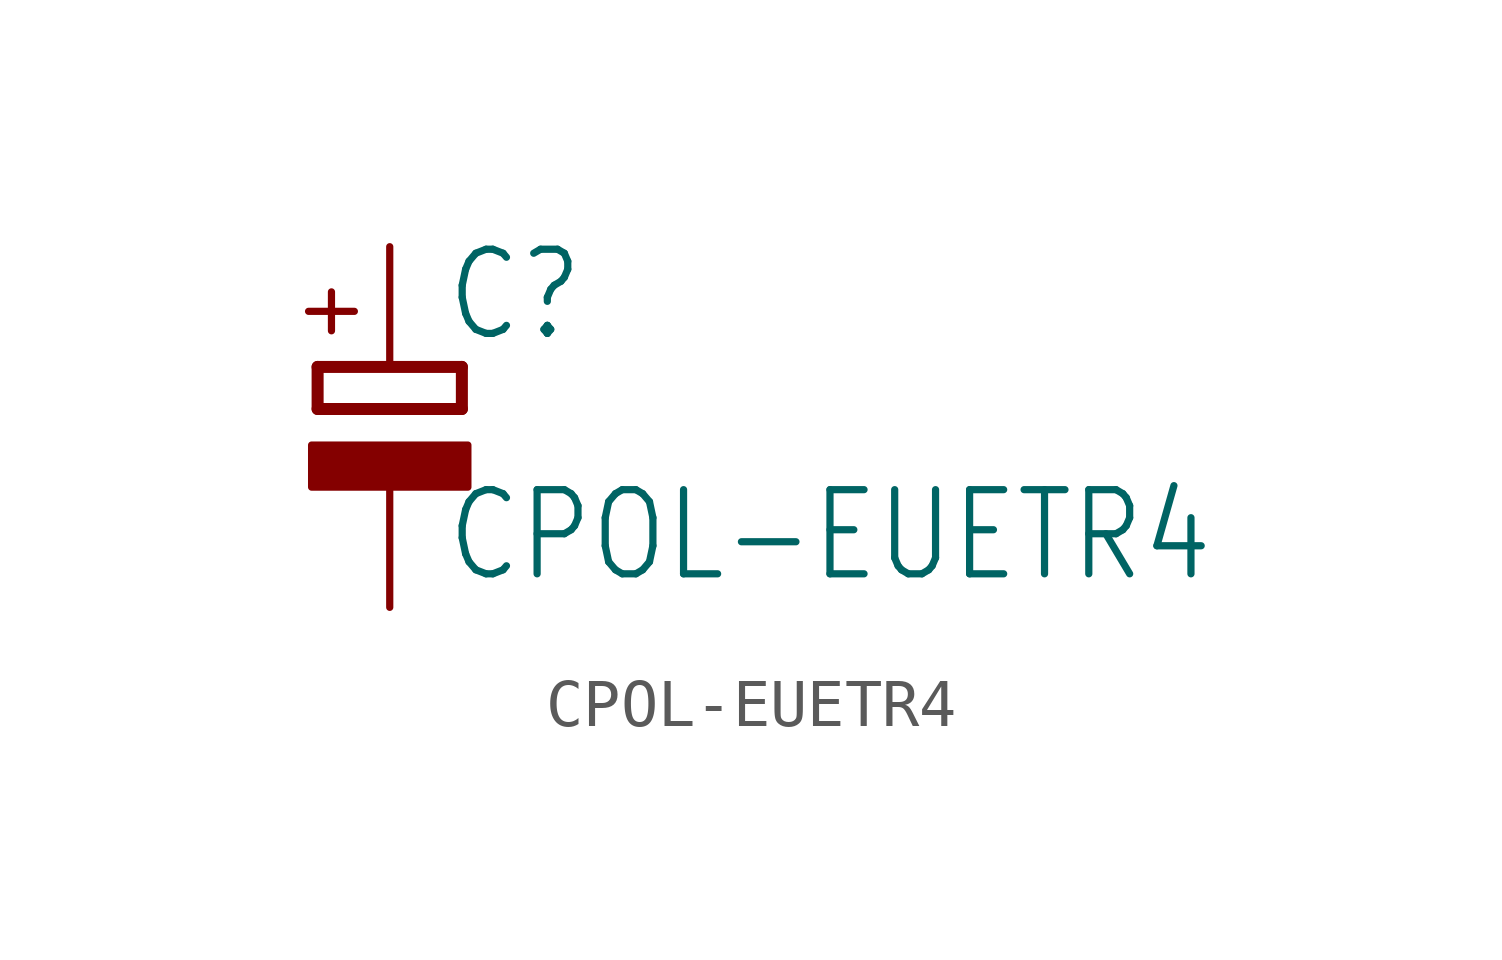
<source format=kicad_sym>
(kicad_symbol_lib
  (version 20220914)
  (generator kicad_symbol_editor)
  (symbol "CPOL-EUETR4"
    (property "Reference" "C"
      (at 1.143 0.483 0)
      (effects (font (size 1.778 1.511)) (justify left bottom)))
    (property "Value" "CPOL-EUETR4"
      (at 1.143 -4.597 0)
      (effects (font (size 1.778 1.511)) (justify left bottom)))
    (property "ki_locked" ""
      (at 0 0 0)
      (effects (font (size 1.27 1.27))))
    (symbol "CPOL-EUETR4_1_0"
      (rectangle (start -1.651 -2.54) (end 1.651 -1.651) (stroke (width 0) (type default)) (fill (type outline)))
      (polyline (pts (xy -1.524 -0.889) (xy 1.524 -0.889)) (stroke (width 0.254) (type default)) (fill (type none)))
      (polyline (pts (xy -1.524 0) (xy -1.524 -0.889)) (stroke (width 0.254) (type default)) (fill (type none)))
      (polyline (pts (xy -1.524 0) (xy 1.524 0)) (stroke (width 0.254) (type default)) (fill (type none)))
      (polyline (pts (xy 1.524 -0.889) (xy 1.524 0)) (stroke (width 0.254) (type default)) (fill (type none)))
      (text "+" (at -0.584 0.406 900) (effects (font (size 1.27 1.079)) (justify left bottom)))
      (pin passive line (at 0 2.54 270) (length 2.54) (name "+" (effects (font (size 0 0)))) (number "+" (effects (font (size 0 0)))))
      (pin passive line (at 0 -5.08 90) (length 2.54) (name "-" (effects (font (size 0 0)))) (number "-" (effects (font (size 0 0))))))))
</source>
